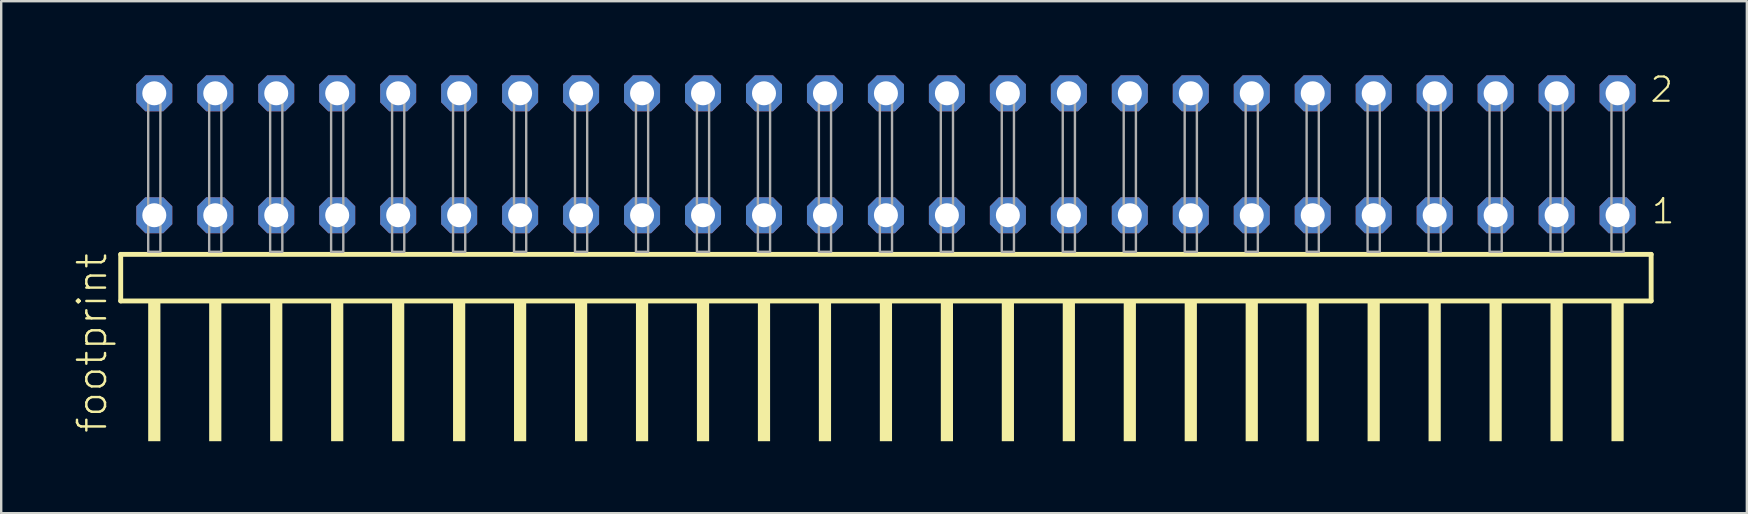
<source format=kicad_pcb>
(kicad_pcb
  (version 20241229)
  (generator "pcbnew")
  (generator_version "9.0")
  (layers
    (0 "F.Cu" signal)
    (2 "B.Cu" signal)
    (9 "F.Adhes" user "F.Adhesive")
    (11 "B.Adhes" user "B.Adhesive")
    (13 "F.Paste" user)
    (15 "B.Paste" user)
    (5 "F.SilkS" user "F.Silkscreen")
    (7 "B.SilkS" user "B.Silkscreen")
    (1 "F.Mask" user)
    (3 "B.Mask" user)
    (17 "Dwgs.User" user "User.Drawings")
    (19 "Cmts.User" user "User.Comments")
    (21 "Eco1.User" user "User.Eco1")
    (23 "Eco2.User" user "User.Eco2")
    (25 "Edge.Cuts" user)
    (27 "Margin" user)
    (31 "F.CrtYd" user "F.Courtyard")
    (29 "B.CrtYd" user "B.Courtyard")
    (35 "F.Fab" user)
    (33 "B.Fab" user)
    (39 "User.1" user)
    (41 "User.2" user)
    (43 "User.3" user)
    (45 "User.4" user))
  (footprint "footprint"
    (layer "F.Cu")
    (at 33.858 7.441)
    (property "Reference" "footprint" (at -32.385 7.62 90) (layer "F.SilkS") (effects (font (size 1.168 1.168) (thickness 0.102)) (justify left bottom)))
    (fp_line (start -31.879 0.106) (end -31.879 2.046) (stroke (width 0.203) (type solid)) (layer "F.SilkS"))
    (fp_line (start -31.879 2.046) (end 31.879 2.046) (stroke (width 0.203) (type solid)) (layer "F.SilkS"))
    (fp_line (start 31.879 0.106) (end -31.879 0.106) (stroke (width 0.203) (type solid)) (layer "F.SilkS"))
    (fp_line (start 31.879 2.046) (end 31.879 0.106) (stroke (width 0.203) (type solid)) (layer "F.SilkS"))
    (fp_poly (pts (xy -30.734 7.89) (xy -30.226 7.89) (xy -30.226 2.04) (xy -30.734 2.04)) (stroke (width 0) (type solid)) (fill yes) (layer "F.SilkS"))
    (fp_poly (pts (xy -28.194 7.89) (xy -27.686 7.89) (xy -27.686 2.04) (xy -28.194 2.04)) (stroke (width 0) (type solid)) (fill yes) (layer "F.SilkS"))
    (fp_poly (pts (xy -25.654 7.89) (xy -25.146 7.89) (xy -25.146 2.04) (xy -25.654 2.04)) (stroke (width 0) (type solid)) (fill yes) (layer "F.SilkS"))
    (fp_poly (pts (xy -23.114 7.89) (xy -22.606 7.89) (xy -22.606 2.04) (xy -23.114 2.04)) (stroke (width 0) (type solid)) (fill yes) (layer "F.SilkS"))
    (fp_poly (pts (xy -20.574 7.89) (xy -20.066 7.89) (xy -20.066 2.04) (xy -20.574 2.04)) (stroke (width 0) (type solid)) (fill yes) (layer "F.SilkS"))
    (fp_poly (pts (xy -18.034 7.89) (xy -17.526 7.89) (xy -17.526 2.04) (xy -18.034 2.04)) (stroke (width 0) (type solid)) (fill yes) (layer "F.SilkS"))
    (fp_poly (pts (xy -15.494 7.89) (xy -14.986 7.89) (xy -14.986 2.04) (xy -15.494 2.04)) (stroke (width 0) (type solid)) (fill yes) (layer "F.SilkS"))
    (fp_poly (pts (xy -12.954 7.89) (xy -12.446 7.89) (xy -12.446 2.04) (xy -12.954 2.04)) (stroke (width 0) (type solid)) (fill yes) (layer "F.SilkS"))
    (fp_poly (pts (xy -10.414 7.89) (xy -9.906 7.89) (xy -9.906 2.04) (xy -10.414 2.04)) (stroke (width 0) (type solid)) (fill yes) (layer "F.SilkS"))
    (fp_poly (pts (xy -7.874 7.89) (xy -7.366 7.89) (xy -7.366 2.04) (xy -7.874 2.04)) (stroke (width 0) (type solid)) (fill yes) (layer "F.SilkS"))
    (fp_poly (pts (xy -5.334 7.89) (xy -4.826 7.89) (xy -4.826 2.04) (xy -5.334 2.04)) (stroke (width 0) (type solid)) (fill yes) (layer "F.SilkS"))
    (fp_poly (pts (xy -2.794 7.89) (xy -2.286 7.89) (xy -2.286 2.04) (xy -2.794 2.04)) (stroke (width 0) (type solid)) (fill yes) (layer "F.SilkS"))
    (fp_poly (pts (xy -0.254 7.89) (xy 0.254 7.89) (xy 0.254 2.04) (xy -0.254 2.04)) (stroke (width 0) (type solid)) (fill yes) (layer "F.SilkS"))
    (fp_poly (pts (xy 2.286 7.89) (xy 2.794 7.89) (xy 2.794 2.04) (xy 2.286 2.04)) (stroke (width 0) (type solid)) (fill yes) (layer "F.SilkS"))
    (fp_poly (pts (xy 4.826 7.89) (xy 5.334 7.89) (xy 5.334 2.04) (xy 4.826 2.04)) (stroke (width 0) (type solid)) (fill yes) (layer "F.SilkS"))
    (fp_poly (pts (xy 7.366 7.89) (xy 7.874 7.89) (xy 7.874 2.04) (xy 7.366 2.04)) (stroke (width 0) (type solid)) (fill yes) (layer "F.SilkS"))
    (fp_poly (pts (xy 9.906 7.89) (xy 10.414 7.89) (xy 10.414 2.04) (xy 9.906 2.04)) (stroke (width 0) (type solid)) (fill yes) (layer "F.SilkS"))
    (fp_poly (pts (xy 12.446 7.89) (xy 12.954 7.89) (xy 12.954 2.04) (xy 12.446 2.04)) (stroke (width 0) (type solid)) (fill yes) (layer "F.SilkS"))
    (fp_poly (pts (xy 14.986 7.89) (xy 15.494 7.89) (xy 15.494 2.04) (xy 14.986 2.04)) (stroke (width 0) (type solid)) (fill yes) (layer "F.SilkS"))
    (fp_poly (pts (xy 17.526 7.89) (xy 18.034 7.89) (xy 18.034 2.04) (xy 17.526 2.04)) (stroke (width 0) (type solid)) (fill yes) (layer "F.SilkS"))
    (fp_poly (pts (xy 20.066 7.89) (xy 20.574 7.89) (xy 20.574 2.04) (xy 20.066 2.04)) (stroke (width 0) (type solid)) (fill yes) (layer "F.SilkS"))
    (fp_poly (pts (xy 22.606 7.89) (xy 23.114 7.89) (xy 23.114 2.04) (xy 22.606 2.04)) (stroke (width 0) (type solid)) (fill yes) (layer "F.SilkS"))
    (fp_poly (pts (xy 25.146 7.89) (xy 25.654 7.89) (xy 25.654 2.04) (xy 25.146 2.04)) (stroke (width 0) (type solid)) (fill yes) (layer "F.SilkS"))
    (fp_poly (pts (xy 27.686 7.89) (xy 28.194 7.89) (xy 28.194 2.04) (xy 27.686 2.04)) (stroke (width 0) (type solid)) (fill yes) (layer "F.SilkS"))
    (fp_poly (pts (xy 30.226 7.89) (xy 30.734 7.89) (xy 30.734 2.04) (xy 30.226 2.04)) (stroke (width 0) (type solid)) (fill yes) (layer "F.SilkS"))
    (fp_poly (pts (xy -30.734 0) (xy -30.226 0) (xy -30.226 -6.858) (xy -30.734 -6.858)) (stroke (width 0.1) (type solid)) (fill no) (layer "F.Fab"))
    (fp_poly (pts (xy -28.194 0) (xy -27.686 0) (xy -27.686 -6.858) (xy -28.194 -6.858)) (stroke (width 0.1) (type solid)) (fill no) (layer "F.Fab"))
    (fp_poly (pts (xy -25.654 0) (xy -25.146 0) (xy -25.146 -6.858) (xy -25.654 -6.858)) (stroke (width 0.1) (type solid)) (fill no) (layer "F.Fab"))
    (fp_poly (pts (xy -23.114 0) (xy -22.606 0) (xy -22.606 -6.858) (xy -23.114 -6.858)) (stroke (width 0.1) (type solid)) (fill no) (layer "F.Fab"))
    (fp_poly (pts (xy -20.574 0) (xy -20.066 0) (xy -20.066 -6.858) (xy -20.574 -6.858)) (stroke (width 0.1) (type solid)) (fill no) (layer "F.Fab"))
    (fp_poly (pts (xy -18.034 0) (xy -17.526 0) (xy -17.526 -6.858) (xy -18.034 -6.858)) (stroke (width 0.1) (type solid)) (fill no) (layer "F.Fab"))
    (fp_poly (pts (xy -15.494 0) (xy -14.986 0) (xy -14.986 -6.858) (xy -15.494 -6.858)) (stroke (width 0.1) (type solid)) (fill no) (layer "F.Fab"))
    (fp_poly (pts (xy -12.954 0) (xy -12.446 0) (xy -12.446 -6.858) (xy -12.954 -6.858)) (stroke (width 0.1) (type solid)) (fill no) (layer "F.Fab"))
    (fp_poly (pts (xy -10.414 0) (xy -9.906 0) (xy -9.906 -6.858) (xy -10.414 -6.858)) (stroke (width 0.1) (type solid)) (fill no) (layer "F.Fab"))
    (fp_poly (pts (xy -7.874 0) (xy -7.366 0) (xy -7.366 -6.858) (xy -7.874 -6.858)) (stroke (width 0.1) (type solid)) (fill no) (layer "F.Fab"))
    (fp_poly (pts (xy -5.334 0) (xy -4.826 0) (xy -4.826 -6.858) (xy -5.334 -6.858)) (stroke (width 0.1) (type solid)) (fill no) (layer "F.Fab"))
    (fp_poly (pts (xy -2.794 0) (xy -2.286 0) (xy -2.286 -6.858) (xy -2.794 -6.858)) (stroke (width 0.1) (type solid)) (fill no) (layer "F.Fab"))
    (fp_poly (pts (xy -0.254 0) (xy 0.254 0) (xy 0.254 -6.858) (xy -0.254 -6.858)) (stroke (width 0.1) (type solid)) (fill no) (layer "F.Fab"))
    (fp_poly (pts (xy 2.286 0) (xy 2.794 0) (xy 2.794 -6.858) (xy 2.286 -6.858)) (stroke (width 0.1) (type solid)) (fill no) (layer "F.Fab"))
    (fp_poly (pts (xy 4.826 0) (xy 5.334 0) (xy 5.334 -6.858) (xy 4.826 -6.858)) (stroke (width 0.1) (type solid)) (fill no) (layer "F.Fab"))
    (fp_poly (pts (xy 7.366 0) (xy 7.874 0) (xy 7.874 -6.858) (xy 7.366 -6.858)) (stroke (width 0.1) (type solid)) (fill no) (layer "F.Fab"))
    (fp_poly (pts (xy 9.906 0) (xy 10.414 0) (xy 10.414 -6.858) (xy 9.906 -6.858)) (stroke (width 0.1) (type solid)) (fill no) (layer "F.Fab"))
    (fp_poly (pts (xy 12.446 0) (xy 12.954 0) (xy 12.954 -6.858) (xy 12.446 -6.858)) (stroke (width 0.1) (type solid)) (fill no) (layer "F.Fab"))
    (fp_poly (pts (xy 14.986 0) (xy 15.494 0) (xy 15.494 -6.858) (xy 14.986 -6.858)) (stroke (width 0.1) (type solid)) (fill no) (layer "F.Fab"))
    (fp_poly (pts (xy 17.526 0) (xy 18.034 0) (xy 18.034 -6.858) (xy 17.526 -6.858)) (stroke (width 0.1) (type solid)) (fill no) (layer "F.Fab"))
    (fp_poly (pts (xy 20.066 0) (xy 20.574 0) (xy 20.574 -6.858) (xy 20.066 -6.858)) (stroke (width 0.1) (type solid)) (fill no) (layer "F.Fab"))
    (fp_poly (pts (xy 22.606 0) (xy 23.114 0) (xy 23.114 -6.858) (xy 22.606 -6.858)) (stroke (width 0.1) (type solid)) (fill no) (layer "F.Fab"))
    (fp_poly (pts (xy 25.146 0) (xy 25.654 0) (xy 25.654 -6.858) (xy 25.146 -6.858)) (stroke (width 0.1) (type solid)) (fill no) (layer "F.Fab"))
    (fp_poly (pts (xy 27.686 0) (xy 28.194 0) (xy 28.194 -6.858) (xy 27.686 -6.858)) (stroke (width 0.1) (type solid)) (fill no) (layer "F.Fab"))
    (fp_poly (pts (xy 30.226 0) (xy 30.734 0) (xy 30.734 -6.858) (xy 30.226 -6.858)) (stroke (width 0.1) (type solid)) (fill no) (layer "F.Fab"))
    (fp_text user "2" (at 31.78 -6.165 0) (layer "F.SilkS") (effects (font (size 1.012 1.012) (thickness 0.088)) (justify left bottom)))
    (fp_text user "1" (at 31.84 -1.1 0) (layer "F.SilkS") (effects (font (size 1.012 1.012) (thickness 0.088)) (justify left bottom)))
    (pad "1" thru_hole roundrect (at 30.48 -1.524 180) (size 1.5 1.5) (drill 1) (layers "*.Cu" "*.Mask") (roundrect_rratio 0.25) (chamfer_ratio 0.25) (chamfer top_left top_right bottom_left bottom_right))
    (pad "2" thru_hole roundrect (at 30.48 -6.604 180) (size 1.5 1.5) (drill 1) (layers "*.Cu" "*.Mask") (roundrect_rratio 0.25) (chamfer_ratio 0.25) (chamfer top_left top_right bottom_left bottom_right))
    (pad "3" thru_hole roundrect (at 27.94 -1.524 180) (size 1.5 1.5) (drill 1) (layers "*.Cu" "*.Mask") (roundrect_rratio 0.25) (chamfer_ratio 0.25) (chamfer top_left top_right bottom_left bottom_right))
    (pad "4" thru_hole roundrect (at 27.94 -6.604 180) (size 1.5 1.5) (drill 1) (layers "*.Cu" "*.Mask") (roundrect_rratio 0.25) (chamfer_ratio 0.25) (chamfer top_left top_right bottom_left bottom_right))
    (pad "5" thru_hole roundrect (at 25.4 -1.524 180) (size 1.5 1.5) (drill 1) (layers "*.Cu" "*.Mask") (roundrect_rratio 0.25) (chamfer_ratio 0.25) (chamfer top_left top_right bottom_left bottom_right))
    (pad "6" thru_hole roundrect (at 25.4 -6.604 180) (size 1.5 1.5) (drill 1) (layers "*.Cu" "*.Mask") (roundrect_rratio 0.25) (chamfer_ratio 0.25) (chamfer top_left top_right bottom_left bottom_right))
    (pad "7" thru_hole roundrect (at 22.86 -1.524 180) (size 1.5 1.5) (drill 1) (layers "*.Cu" "*.Mask") (roundrect_rratio 0.25) (chamfer_ratio 0.25) (chamfer top_left top_right bottom_left bottom_right))
    (pad "8" thru_hole roundrect (at 22.86 -6.604 180) (size 1.5 1.5) (drill 1) (layers "*.Cu" "*.Mask") (roundrect_rratio 0.25) (chamfer_ratio 0.25) (chamfer top_left top_right bottom_left bottom_right))
    (pad "9" thru_hole roundrect (at 20.32 -1.524 180) (size 1.5 1.5) (drill 1) (layers "*.Cu" "*.Mask") (roundrect_rratio 0.25) (chamfer_ratio 0.25) (chamfer top_left top_right bottom_left bottom_right))
    (pad "10" thru_hole roundrect (at 20.32 -6.604 180) (size 1.5 1.5) (drill 1) (layers "*.Cu" "*.Mask") (roundrect_rratio 0.25) (chamfer_ratio 0.25) (chamfer top_left top_right bottom_left bottom_right))
    (pad "11" thru_hole roundrect (at 17.78 -1.524 180) (size 1.5 1.5) (drill 1) (layers "*.Cu" "*.Mask") (roundrect_rratio 0.25) (chamfer_ratio 0.25) (chamfer top_left top_right bottom_left bottom_right))
    (pad "12" thru_hole roundrect (at 17.78 -6.604 180) (size 1.5 1.5) (drill 1) (layers "*.Cu" "*.Mask") (roundrect_rratio 0.25) (chamfer_ratio 0.25) (chamfer top_left top_right bottom_left bottom_right))
    (pad "13" thru_hole roundrect (at 15.24 -1.524 180) (size 1.5 1.5) (drill 1) (layers "*.Cu" "*.Mask") (roundrect_rratio 0.25) (chamfer_ratio 0.25) (chamfer top_left top_right bottom_left bottom_right))
    (pad "14" thru_hole roundrect (at 15.24 -6.604 180) (size 1.5 1.5) (drill 1) (layers "*.Cu" "*.Mask") (roundrect_rratio 0.25) (chamfer_ratio 0.25) (chamfer top_left top_right bottom_left bottom_right))
    (pad "15" thru_hole roundrect (at 12.7 -1.524 180) (size 1.5 1.5) (drill 1) (layers "*.Cu" "*.Mask") (roundrect_rratio 0.25) (chamfer_ratio 0.25) (chamfer top_left top_right bottom_left bottom_right))
    (pad "16" thru_hole roundrect (at 12.7 -6.604 180) (size 1.5 1.5) (drill 1) (layers "*.Cu" "*.Mask") (roundrect_rratio 0.25) (chamfer_ratio 0.25) (chamfer top_left top_right bottom_left bottom_right))
    (pad "17" thru_hole roundrect (at 10.16 -1.524 180) (size 1.5 1.5) (drill 1) (layers "*.Cu" "*.Mask") (roundrect_rratio 0.25) (chamfer_ratio 0.25) (chamfer top_left top_right bottom_left bottom_right))
    (pad "18" thru_hole roundrect (at 10.16 -6.604 180) (size 1.5 1.5) (drill 1) (layers "*.Cu" "*.Mask") (roundrect_rratio 0.25) (chamfer_ratio 0.25) (chamfer top_left top_right bottom_left bottom_right))
    (pad "19" thru_hole roundrect (at 7.62 -1.524 180) (size 1.5 1.5) (drill 1) (layers "*.Cu" "*.Mask") (roundrect_rratio 0.25) (chamfer_ratio 0.25) (chamfer top_left top_right bottom_left bottom_right))
    (pad "20" thru_hole roundrect (at 7.62 -6.604 180) (size 1.5 1.5) (drill 1) (layers "*.Cu" "*.Mask") (roundrect_rratio 0.25) (chamfer_ratio 0.25) (chamfer top_left top_right bottom_left bottom_right))
    (pad "21" thru_hole roundrect (at 5.08 -1.524 180) (size 1.5 1.5) (drill 1) (layers "*.Cu" "*.Mask") (roundrect_rratio 0.25) (chamfer_ratio 0.25) (chamfer top_left top_right bottom_left bottom_right))
    (pad "22" thru_hole roundrect (at 5.08 -6.604 180) (size 1.5 1.5) (drill 1) (layers "*.Cu" "*.Mask") (roundrect_rratio 0.25) (chamfer_ratio 0.25) (chamfer top_left top_right bottom_left bottom_right))
    (pad "23" thru_hole roundrect (at 2.54 -1.524 180) (size 1.5 1.5) (drill 1) (layers "*.Cu" "*.Mask") (roundrect_rratio 0.25) (chamfer_ratio 0.25) (chamfer top_left top_right bottom_left bottom_right))
    (pad "24" thru_hole roundrect (at 2.54 -6.604 180) (size 1.5 1.5) (drill 1) (layers "*.Cu" "*.Mask") (roundrect_rratio 0.25) (chamfer_ratio 0.25) (chamfer top_left top_right bottom_left bottom_right))
    (pad "25" thru_hole roundrect (at 0 -1.524 180) (size 1.5 1.5) (drill 1) (layers "*.Cu" "*.Mask") (roundrect_rratio 0.25) (chamfer_ratio 0.25) (chamfer top_left top_right bottom_left bottom_right))
    (pad "26" thru_hole roundrect (at 0 -6.604 180) (size 1.5 1.5) (drill 1) (layers "*.Cu" "*.Mask") (roundrect_rratio 0.25) (chamfer_ratio 0.25) (chamfer top_left top_right bottom_left bottom_right))
    (pad "27" thru_hole roundrect (at -2.54 -1.524 180) (size 1.5 1.5) (drill 1) (layers "*.Cu" "*.Mask") (roundrect_rratio 0.25) (chamfer_ratio 0.25) (chamfer top_left top_right bottom_left bottom_right))
    (pad "28" thru_hole roundrect (at -2.54 -6.604 180) (size 1.5 1.5) (drill 1) (layers "*.Cu" "*.Mask") (roundrect_rratio 0.25) (chamfer_ratio 0.25) (chamfer top_left top_right bottom_left bottom_right))
    (pad "29" thru_hole roundrect (at -5.08 -1.524 180) (size 1.5 1.5) (drill 1) (layers "*.Cu" "*.Mask") (roundrect_rratio 0.25) (chamfer_ratio 0.25) (chamfer top_left top_right bottom_left bottom_right))
    (pad "30" thru_hole roundrect (at -5.08 -6.604 180) (size 1.5 1.5) (drill 1) (layers "*.Cu" "*.Mask") (roundrect_rratio 0.25) (chamfer_ratio 0.25) (chamfer top_left top_right bottom_left bottom_right))
    (pad "31" thru_hole roundrect (at -7.62 -1.524 180) (size 1.5 1.5) (drill 1) (layers "*.Cu" "*.Mask") (roundrect_rratio 0.25) (chamfer_ratio 0.25) (chamfer top_left top_right bottom_left bottom_right))
    (pad "32" thru_hole roundrect (at -7.62 -6.604 180) (size 1.5 1.5) (drill 1) (layers "*.Cu" "*.Mask") (roundrect_rratio 0.25) (chamfer_ratio 0.25) (chamfer top_left top_right bottom_left bottom_right))
    (pad "33" thru_hole roundrect (at -10.16 -1.524 180) (size 1.5 1.5) (drill 1) (layers "*.Cu" "*.Mask") (roundrect_rratio 0.25) (chamfer_ratio 0.25) (chamfer top_left top_right bottom_left bottom_right))
    (pad "34" thru_hole roundrect (at -10.16 -6.604 180) (size 1.5 1.5) (drill 1) (layers "*.Cu" "*.Mask") (roundrect_rratio 0.25) (chamfer_ratio 0.25) (chamfer top_left top_right bottom_left bottom_right))
    (pad "35" thru_hole roundrect (at -12.7 -1.524 180) (size 1.5 1.5) (drill 1) (layers "*.Cu" "*.Mask") (roundrect_rratio 0.25) (chamfer_ratio 0.25) (chamfer top_left top_right bottom_left bottom_right))
    (pad "36" thru_hole roundrect (at -12.7 -6.604 180) (size 1.5 1.5) (drill 1) (layers "*.Cu" "*.Mask") (roundrect_rratio 0.25) (chamfer_ratio 0.25) (chamfer top_left top_right bottom_left bottom_right))
    (pad "37" thru_hole roundrect (at -15.24 -1.524 180) (size 1.5 1.5) (drill 1) (layers "*.Cu" "*.Mask") (roundrect_rratio 0.25) (chamfer_ratio 0.25) (chamfer top_left top_right bottom_left bottom_right))
    (pad "38" thru_hole roundrect (at -15.24 -6.604 180) (size 1.5 1.5) (drill 1) (layers "*.Cu" "*.Mask") (roundrect_rratio 0.25) (chamfer_ratio 0.25) (chamfer top_left top_right bottom_left bottom_right))
    (pad "39" thru_hole roundrect (at -17.78 -1.524 180) (size 1.5 1.5) (drill 1) (layers "*.Cu" "*.Mask") (roundrect_rratio 0.25) (chamfer_ratio 0.25) (chamfer top_left top_right bottom_left bottom_right))
    (pad "40" thru_hole roundrect (at -17.78 -6.604 180) (size 1.5 1.5) (drill 1) (layers "*.Cu" "*.Mask") (roundrect_rratio 0.25) (chamfer_ratio 0.25) (chamfer top_left top_right bottom_left bottom_right))
    (pad "41" thru_hole roundrect (at -20.32 -1.524 180) (size 1.5 1.5) (drill 1) (layers "*.Cu" "*.Mask") (roundrect_rratio 0.25) (chamfer_ratio 0.25) (chamfer top_left top_right bottom_left bottom_right))
    (pad "42" thru_hole roundrect (at -20.32 -6.604 180) (size 1.5 1.5) (drill 1) (layers "*.Cu" "*.Mask") (roundrect_rratio 0.25) (chamfer_ratio 0.25) (chamfer top_left top_right bottom_left bottom_right))
    (pad "43" thru_hole roundrect (at -22.86 -1.524 180) (size 1.5 1.5) (drill 1) (layers "*.Cu" "*.Mask") (roundrect_rratio 0.25) (chamfer_ratio 0.25) (chamfer top_left top_right bottom_left bottom_right))
    (pad "44" thru_hole roundrect (at -22.86 -6.604 180) (size 1.5 1.5) (drill 1) (layers "*.Cu" "*.Mask") (roundrect_rratio 0.25) (chamfer_ratio 0.25) (chamfer top_left top_right bottom_left bottom_right))
    (pad "45" thru_hole roundrect (at -25.4 -1.524 180) (size 1.5 1.5) (drill 1) (layers "*.Cu" "*.Mask") (roundrect_rratio 0.25) (chamfer_ratio 0.25) (chamfer top_left top_right bottom_left bottom_right))
    (pad "46" thru_hole roundrect (at -25.4 -6.604 180) (size 1.5 1.5) (drill 1) (layers "*.Cu" "*.Mask") (roundrect_rratio 0.25) (chamfer_ratio 0.25) (chamfer top_left top_right bottom_left bottom_right))
    (pad "47" thru_hole roundrect (at -27.94 -1.524 180) (size 1.5 1.5) (drill 1) (layers "*.Cu" "*.Mask") (roundrect_rratio 0.25) (chamfer_ratio 0.25) (chamfer top_left top_right bottom_left bottom_right))
    (pad "48" thru_hole roundrect (at -27.94 -6.604 180) (size 1.5 1.5) (drill 1) (layers "*.Cu" "*.Mask") (roundrect_rratio 0.25) (chamfer_ratio 0.25) (chamfer top_left top_right bottom_left bottom_right))
    (pad "49" thru_hole roundrect (at -30.48 -1.524 180) (size 1.5 1.5) (drill 1) (layers "*.Cu" "*.Mask") (roundrect_rratio 0.25) (chamfer_ratio 0.25) (chamfer top_left top_right bottom_left bottom_right))
    (pad "50" thru_hole roundrect (at -30.48 -6.604 180) (size 1.5 1.5) (drill 1) (layers "*.Cu" "*.Mask") (roundrect_rratio 0.25) (chamfer_ratio 0.25) (chamfer top_left top_right bottom_left bottom_right)))
  (gr_rect
    (start -3 -3)
    (end 69.724 18.331)
    (stroke (width 0.1) (type default))
    (fill no)
    (layer "Edge.Cuts")))
</source>
